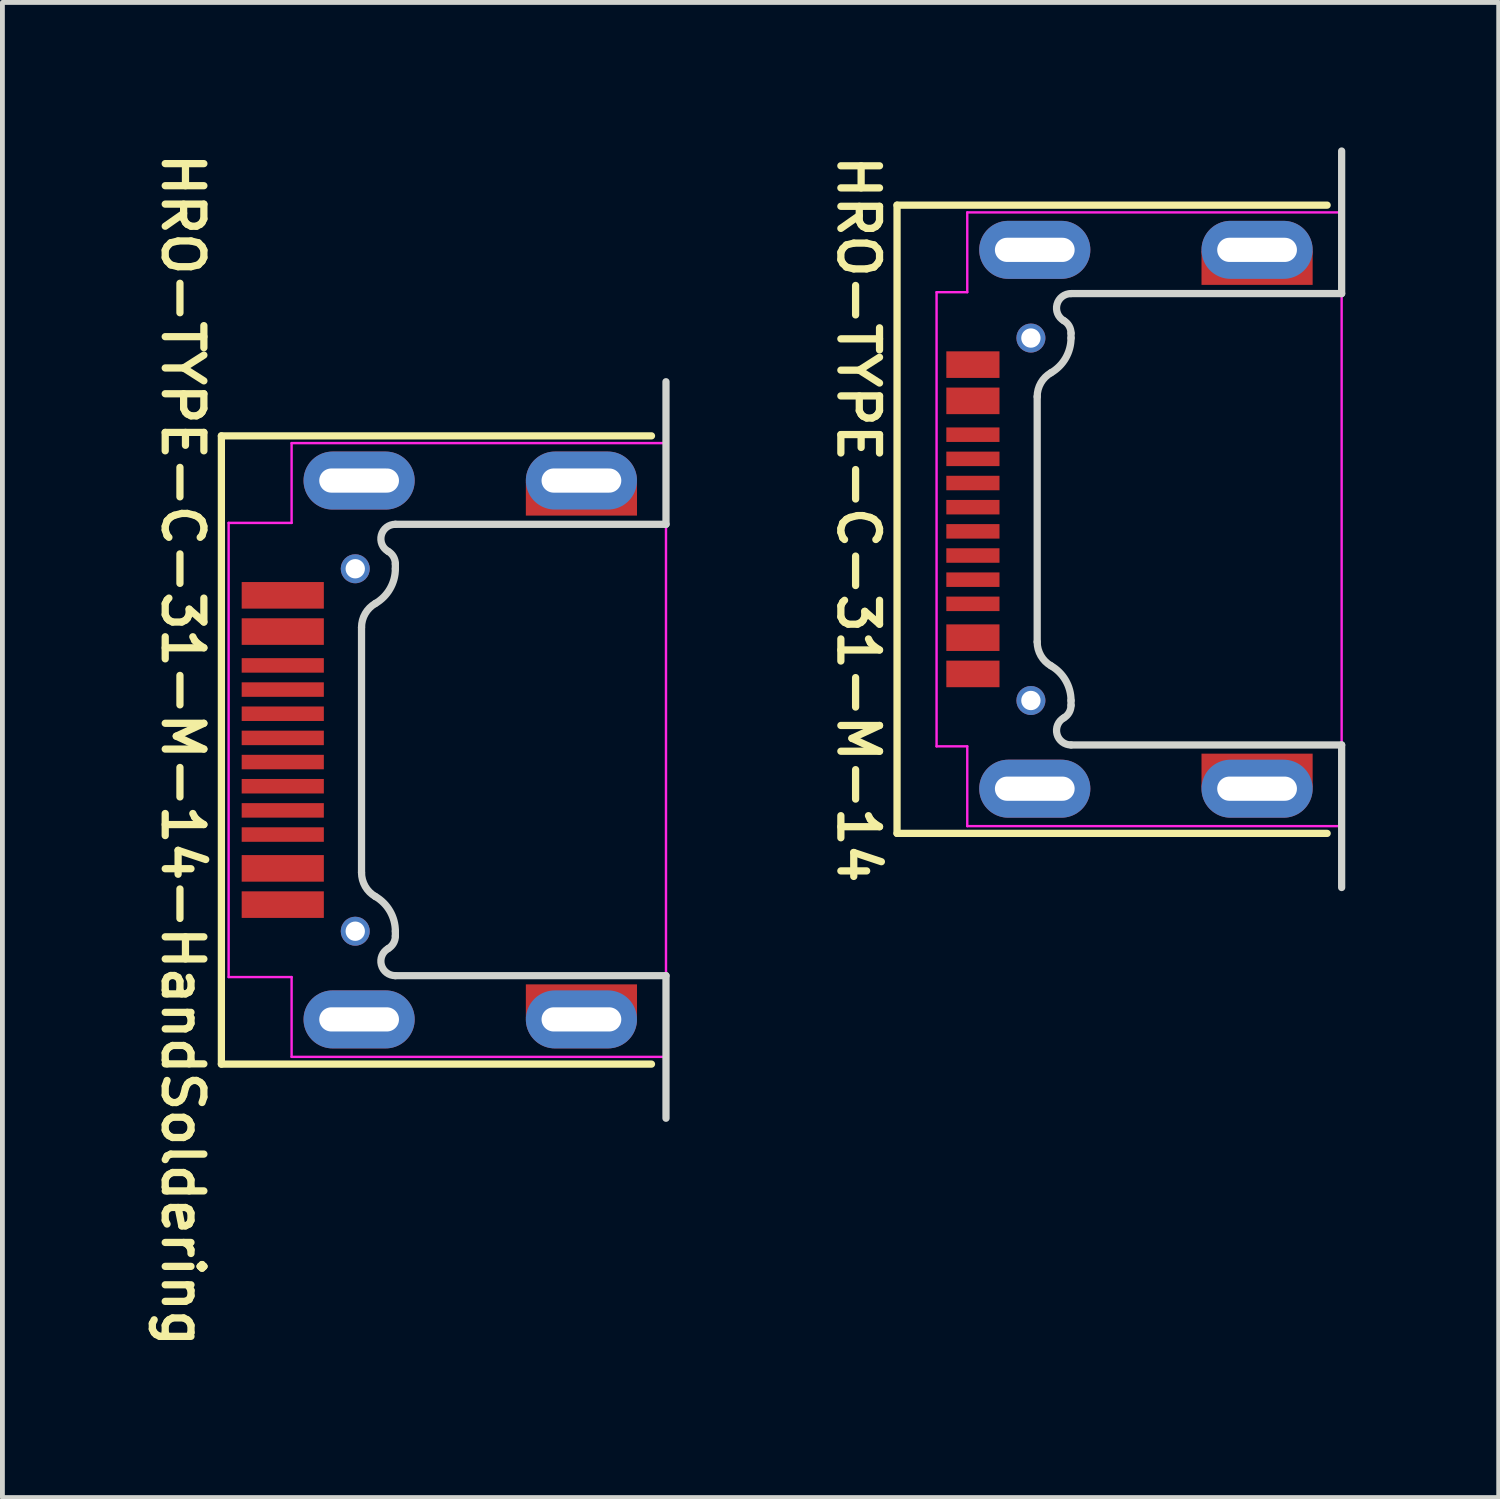
<source format=kicad_pcb>
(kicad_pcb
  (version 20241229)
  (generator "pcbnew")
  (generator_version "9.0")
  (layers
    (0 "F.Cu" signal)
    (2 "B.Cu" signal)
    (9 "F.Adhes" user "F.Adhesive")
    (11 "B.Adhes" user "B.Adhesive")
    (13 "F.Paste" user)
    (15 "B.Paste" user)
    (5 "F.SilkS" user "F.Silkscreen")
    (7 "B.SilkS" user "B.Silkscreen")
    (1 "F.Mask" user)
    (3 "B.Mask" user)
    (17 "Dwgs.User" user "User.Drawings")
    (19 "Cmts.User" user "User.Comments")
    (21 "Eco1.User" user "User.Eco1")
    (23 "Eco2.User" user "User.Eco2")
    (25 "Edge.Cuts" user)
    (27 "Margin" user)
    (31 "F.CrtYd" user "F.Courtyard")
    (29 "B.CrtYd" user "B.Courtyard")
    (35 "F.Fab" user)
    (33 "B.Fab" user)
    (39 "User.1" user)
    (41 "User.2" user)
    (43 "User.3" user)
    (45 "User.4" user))
  (footprint "HRO-TYPE-C-31-M-14-HandSoldering"
    (layer "F.Cu")
    (at 10.731 12.469)
    (property "Reference" "HRO-TYPE-C-31-M-14-HandSoldering" (at -10 0 270) (unlocked yes) (layer "F.SilkS") (effects (font (size 0.8 0.8) (thickness 0.15))))
    (attr through_hole)
    (fp_line (start -9.2 -6.5) (end -9.2 6.5) (stroke (width 0.15) (type solid)) (layer "F.SilkS"))
    (fp_line (start -9.2 6.5) (end -0.3 6.5) (stroke (width 0.15) (type solid)) (layer "F.SilkS"))
    (fp_line (start -0.3 -6.5) (end -9.2 -6.5) (stroke (width 0.15) (type solid)) (layer "F.SilkS"))
    (fp_line (start -6.3 2.538) (end -6.3 -2.538) (stroke (width 0.15) (type solid)) (layer "Edge.Cuts"))
    (fp_line (start -5.6 -4.67) (end 0 -4.67) (stroke (width 0.15) (type solid)) (layer "Edge.Cuts"))
    (fp_line (start -5.6 -3.85) (end -5.6 -3.75) (stroke (width 0.15) (type solid)) (layer "Edge.Cuts"))
    (fp_line (start -5.6 3.85) (end -5.6 3.75) (stroke (width 0.15) (type solid)) (layer "Edge.Cuts"))
    (fp_line (start 0 -4.67) (end 0 -7.62) (stroke (width 0.15) (type solid)) (layer "Edge.Cuts"))
    (fp_line (start 0 4.67) (end -5.6 4.67) (stroke (width 0.15) (type solid)) (layer "Edge.Cuts"))
    (fp_line (start 0 7.62) (end 0 4.67) (stroke (width 0.15) (type solid)) (layer "Edge.Cuts"))
    (fp_arc (start -6.3 -2.537565) (mid -6.223635 -2.822565) (end -6.015 -3.031199) (stroke (width 0.15) (type solid)) (layer "Edge.Cuts"))
    (fp_arc (start -6.015 3.031199) (mid -6.223634 2.822565) (end -6.3 2.537565) (stroke (width 0.15) (type solid)) (layer "Edge.Cuts"))
    (fp_arc (start -6.015 3.031199) (mid -5.711199 3.335) (end -5.6 3.75) (stroke (width 0.15) (type solid)) (layer "Edge.Cuts"))
    (fp_arc (start -5.75 -4.110192) (mid -5.889778 -4.447646) (end -5.6 -4.67) (stroke (width 0.15) (type solid)) (layer "Edge.Cuts"))
    (fp_arc (start -5.75 -4.110192) (mid -5.640192 -4.000384) (end -5.6 -3.850384) (stroke (width 0.15) (type solid)) (layer "Edge.Cuts"))
    (fp_arc (start -5.6 -3.75) (mid -5.711199 -3.335) (end -6.015 -3.031199) (stroke (width 0.15) (type solid)) (layer "Edge.Cuts"))
    (fp_arc (start -5.6 3.850384) (mid -5.640192 4.000384) (end -5.75 4.110192) (stroke (width 0.15) (type solid)) (layer "Edge.Cuts"))
    (fp_arc (start -5.6 4.67) (mid -5.889778 4.447646) (end -5.75 4.110192) (stroke (width 0.15) (type solid)) (layer "Edge.Cuts"))
    (fp_line (start -9.05 -4.7) (end -9.05 4.698) (stroke (width 0.05) (type solid)) (layer "F.CrtYd"))
    (fp_line (start -9.05 4.699) (end -7.747 4.699) (stroke (width 0.05) (type solid)) (layer "F.CrtYd"))
    (fp_line (start -7.747 -6.35) (end -7.747 -4.699) (stroke (width 0.05) (type solid)) (layer "F.CrtYd"))
    (fp_line (start -7.747 -4.699) (end -9.05 -4.699) (stroke (width 0.05) (type solid)) (layer "F.CrtYd"))
    (fp_line (start -7.747 6.35) (end -7.747 4.699) (stroke (width 0.05) (type solid)) (layer "F.CrtYd"))
    (fp_line (start 0 -6.35) (end -7.747 -6.35) (stroke (width 0.05) (type solid)) (layer "F.CrtYd"))
    (fp_line (start 0 6.35) (end -7.747 6.35) (stroke (width 0.05) (type solid)) (layer "F.CrtYd"))
    (fp_line (start 0 6.35) (end 0 -6.35) (stroke (width 0.05) (type solid)) (layer "F.CrtYd"))
    (pad "" np_thru_hole circle (at -6.43 -3.75 90) (size 0.6 0.6) (drill 0.4) (layers "*.Cu" "*.Mask"))
    (pad "" np_thru_hole circle (at -6.43 3.75 90) (size 0.6 0.6) (drill 0.4) (layers "*.Cu" "*.Mask"))
    (pad "A1B12" smd rect (at -7.93 3.2 90) (size 0.55 1.7) (layers "F.Cu" "F.Mask" "F.Paste"))
    (pad "A4B9" smd rect (at -7.93 2.45 90) (size 0.55 1.7) (layers "F.Cu" "F.Mask" "F.Paste"))
    (pad "A5" smd rect (at -7.93 1.25 90) (size 0.3 1.7) (layers "F.Cu" "F.Mask" "F.Paste"))
    (pad "A6" smd rect (at -7.93 0.25 90) (size 0.3 1.7) (layers "F.Cu" "F.Mask" "F.Paste"))
    (pad "A7" smd rect (at -7.93 -0.25 90) (size 0.3 1.7) (layers "F.Cu" "F.Mask" "F.Paste"))
    (pad "A8" smd rect (at -7.93 -1.25 90) (size 0.3 1.7) (layers "F.Cu" "F.Mask" "F.Paste"))
    (pad "B1A12" smd rect (at -7.93 -3.2 90) (size 0.55 1.7) (layers "F.Cu" "F.Mask" "F.Paste"))
    (pad "B4A9" smd rect (at -7.93 -2.45 90) (size 0.55 1.7) (layers "F.Cu" "F.Mask" "F.Paste"))
    (pad "B5" smd rect (at -7.93 -1.75 90) (size 0.3 1.7) (layers "F.Cu" "F.Mask" "F.Paste"))
    (pad "B6" smd rect (at -7.93 -0.75 90) (size 0.3 1.7) (layers "F.Cu" "F.Mask" "F.Paste"))
    (pad "B7" smd rect (at -7.93 0.75 90) (size 0.3 1.7) (layers "F.Cu" "F.Mask" "F.Paste"))
    (pad "B8" smd rect (at -7.93 1.75 90) (size 0.3 1.7) (layers "F.Cu" "F.Mask" "F.Paste"))
    (pad "S1" thru_hole oval (at -6.35 -5.575 90) (size 1.2 2.3) (drill oval 0.5 1.65) (layers "*.Cu" "*.Mask"))
    (pad "S1" thru_hole oval (at -6.35 5.575 90) (size 1.2 2.3) (drill oval 0.5 1.65) (layers "*.Cu" "*.Mask"))
    (pad "S1" thru_hole oval (at -1.75 -5.575 90) (size 1.2 2.3) (drill oval 0.5 1.65) (layers "*.Cu" "*.Mask"))
    (pad "S1" smd rect (at -1.75 -5.2 90) (size 0.7 2.3) (layers "F.Cu" "F.Mask"))
    (pad "S1" smd rect (at -1.75 5.2 90) (size 0.7 2.3) (layers "F.Cu" "F.Mask"))
    (pad "S1" thru_hole oval (at -1.75 5.575 90) (size 1.2 2.3) (drill oval 0.5 1.65) (layers "*.Cu" "*.Mask")))
  (footprint "HRO-TYPE-C-31-M-14"
    (layer "F.Cu")
    (at 24.712 7.695)
    (property "Reference" "HRO-TYPE-C-31-M-14" (at -10 0 270) (unlocked yes) (layer "F.SilkS") (effects (font (size 0.8 0.8) (thickness 0.15))))
    (attr through_hole)
    (fp_line (start -9.2 -6.5) (end -9.2 6.5) (stroke (width 0.15) (type solid)) (layer "F.SilkS"))
    (fp_line (start -9.2 6.5) (end -0.3 6.5) (stroke (width 0.15) (type solid)) (layer "F.SilkS"))
    (fp_line (start -0.3 -6.5) (end -9.2 -6.5) (stroke (width 0.15) (type solid)) (layer "F.SilkS"))
    (fp_line (start -6.3 2.538) (end -6.3 -2.538) (stroke (width 0.15) (type solid)) (layer "Edge.Cuts"))
    (fp_line (start -5.6 -4.67) (end 0 -4.67) (stroke (width 0.15) (type solid)) (layer "Edge.Cuts"))
    (fp_line (start -5.6 -3.85) (end -5.6 -3.75) (stroke (width 0.15) (type solid)) (layer "Edge.Cuts"))
    (fp_line (start -5.6 3.85) (end -5.6 3.75) (stroke (width 0.15) (type solid)) (layer "Edge.Cuts"))
    (fp_line (start 0 -4.67) (end 0 -7.62) (stroke (width 0.15) (type solid)) (layer "Edge.Cuts"))
    (fp_line (start 0 4.67) (end -5.6 4.67) (stroke (width 0.15) (type solid)) (layer "Edge.Cuts"))
    (fp_line (start 0 7.62) (end 0 4.67) (stroke (width 0.15) (type solid)) (layer "Edge.Cuts"))
    (fp_arc (start -6.3 -2.537565) (mid -6.223635 -2.822565) (end -6.015 -3.031199) (stroke (width 0.15) (type solid)) (layer "Edge.Cuts"))
    (fp_arc (start -6.015 3.031199) (mid -6.223634 2.822565) (end -6.3 2.537565) (stroke (width 0.15) (type solid)) (layer "Edge.Cuts"))
    (fp_arc (start -6.015 3.031199) (mid -5.711199 3.335) (end -5.6 3.75) (stroke (width 0.15) (type solid)) (layer "Edge.Cuts"))
    (fp_arc (start -5.75 -4.110192) (mid -5.889778 -4.447646) (end -5.6 -4.67) (stroke (width 0.15) (type solid)) (layer "Edge.Cuts"))
    (fp_arc (start -5.75 -4.110192) (mid -5.640192 -4.000384) (end -5.6 -3.850384) (stroke (width 0.15) (type solid)) (layer "Edge.Cuts"))
    (fp_arc (start -5.6 -3.75) (mid -5.711199 -3.335) (end -6.015 -3.031199) (stroke (width 0.15) (type solid)) (layer "Edge.Cuts"))
    (fp_arc (start -5.6 3.850384) (mid -5.640192 4.000384) (end -5.75 4.110192) (stroke (width 0.15) (type solid)) (layer "Edge.Cuts"))
    (fp_arc (start -5.6 4.67) (mid -5.889778 4.447646) (end -5.75 4.110192) (stroke (width 0.15) (type solid)) (layer "Edge.Cuts"))
    (fp_line (start -8.382 -4.699) (end -8.382 4.699) (stroke (width 0.05) (type solid)) (layer "F.CrtYd"))
    (fp_line (start -8.382 4.699) (end -7.747 4.699) (stroke (width 0.05) (type solid)) (layer "F.CrtYd"))
    (fp_line (start -7.747 -6.35) (end -7.747 -4.699) (stroke (width 0.05) (type solid)) (layer "F.CrtYd"))
    (fp_line (start -7.747 -4.699) (end -8.382 -4.699) (stroke (width 0.05) (type solid)) (layer "F.CrtYd"))
    (fp_line (start -7.747 6.35) (end -7.747 4.699) (stroke (width 0.05) (type solid)) (layer "F.CrtYd"))
    (fp_line (start 0 -6.35) (end -7.747 -6.35) (stroke (width 0.05) (type solid)) (layer "F.CrtYd"))
    (fp_line (start 0 6.35) (end -7.747 6.35) (stroke (width 0.05) (type solid)) (layer "F.CrtYd"))
    (fp_line (start 0 6.35) (end 0 -6.35) (stroke (width 0.05) (type solid)) (layer "F.CrtYd"))
    (pad "" np_thru_hole circle (at -6.43 -3.75 90) (size 0.6 0.6) (drill 0.4) (layers "*.Cu" "*.Mask"))
    (pad "" np_thru_hole circle (at -6.43 3.75 90) (size 0.6 0.6) (drill 0.4) (layers "*.Cu" "*.Mask"))
    (pad "A1B12" smd rect (at -7.63 3.2 90) (size 0.55 1.1) (layers "F.Cu" "F.Mask" "F.Paste"))
    (pad "A4B9" smd rect (at -7.63 2.45 90) (size 0.55 1.1) (layers "F.Cu" "F.Mask" "F.Paste"))
    (pad "A5" smd rect (at -7.63 1.25 90) (size 0.3 1.1) (layers "F.Cu" "F.Mask" "F.Paste"))
    (pad "A6" smd rect (at -7.63 0.25 90) (size 0.3 1.1) (layers "F.Cu" "F.Mask" "F.Paste"))
    (pad "A7" smd rect (at -7.63 -0.25 90) (size 0.3 1.1) (layers "F.Cu" "F.Mask" "F.Paste"))
    (pad "A8" smd rect (at -7.63 -1.25 90) (size 0.3 1.1) (layers "F.Cu" "F.Mask" "F.Paste"))
    (pad "B1A12" smd rect (at -7.63 -3.2 90) (size 0.55 1.1) (layers "F.Cu" "F.Mask" "F.Paste"))
    (pad "B4A9" smd rect (at -7.63 -2.45 90) (size 0.55 1.1) (layers "F.Cu" "F.Mask" "F.Paste"))
    (pad "B5" smd rect (at -7.63 -1.75 90) (size 0.3 1.1) (layers "F.Cu" "F.Mask" "F.Paste"))
    (pad "B6" smd rect (at -7.63 -0.75 90) (size 0.3 1.1) (layers "F.Cu" "F.Mask" "F.Paste"))
    (pad "B7" smd rect (at -7.63 0.75 90) (size 0.3 1.1) (layers "F.Cu" "F.Mask" "F.Paste"))
    (pad "B8" smd rect (at -7.63 1.75 90) (size 0.3 1.1) (layers "F.Cu" "F.Mask" "F.Paste"))
    (pad "S1" thru_hole oval (at -6.35 -5.575 90) (size 1.2 2.3) (drill oval 0.5 1.65) (layers "*.Cu" "*.Mask"))
    (pad "S1" thru_hole oval (at -6.35 5.575 90) (size 1.2 2.3) (drill oval 0.5 1.65) (layers "*.Cu" "*.Mask"))
    (pad "S1" thru_hole oval (at -1.75 -5.575 90) (size 1.2 2.3) (drill oval 0.5 1.65) (layers "*.Cu" "*.Mask"))
    (pad "S1" smd rect (at -1.75 -5.2 90) (size 0.7 2.3) (layers "F.Cu" "F.Mask"))
    (pad "S1" smd rect (at -1.75 5.2 90) (size 0.7 2.3) (layers "F.Cu" "F.Mask"))
    (pad "S1" thru_hole oval (at -1.75 5.575 90) (size 1.2 2.3) (drill oval 0.5 1.65) (layers "*.Cu" "*.Mask")))
  (gr_rect
    (start -3 -3)
    (end 27.962 27.938)
    (stroke (width 0.1) (type default))
    (fill no)
    (layer "Edge.Cuts")))
</source>
